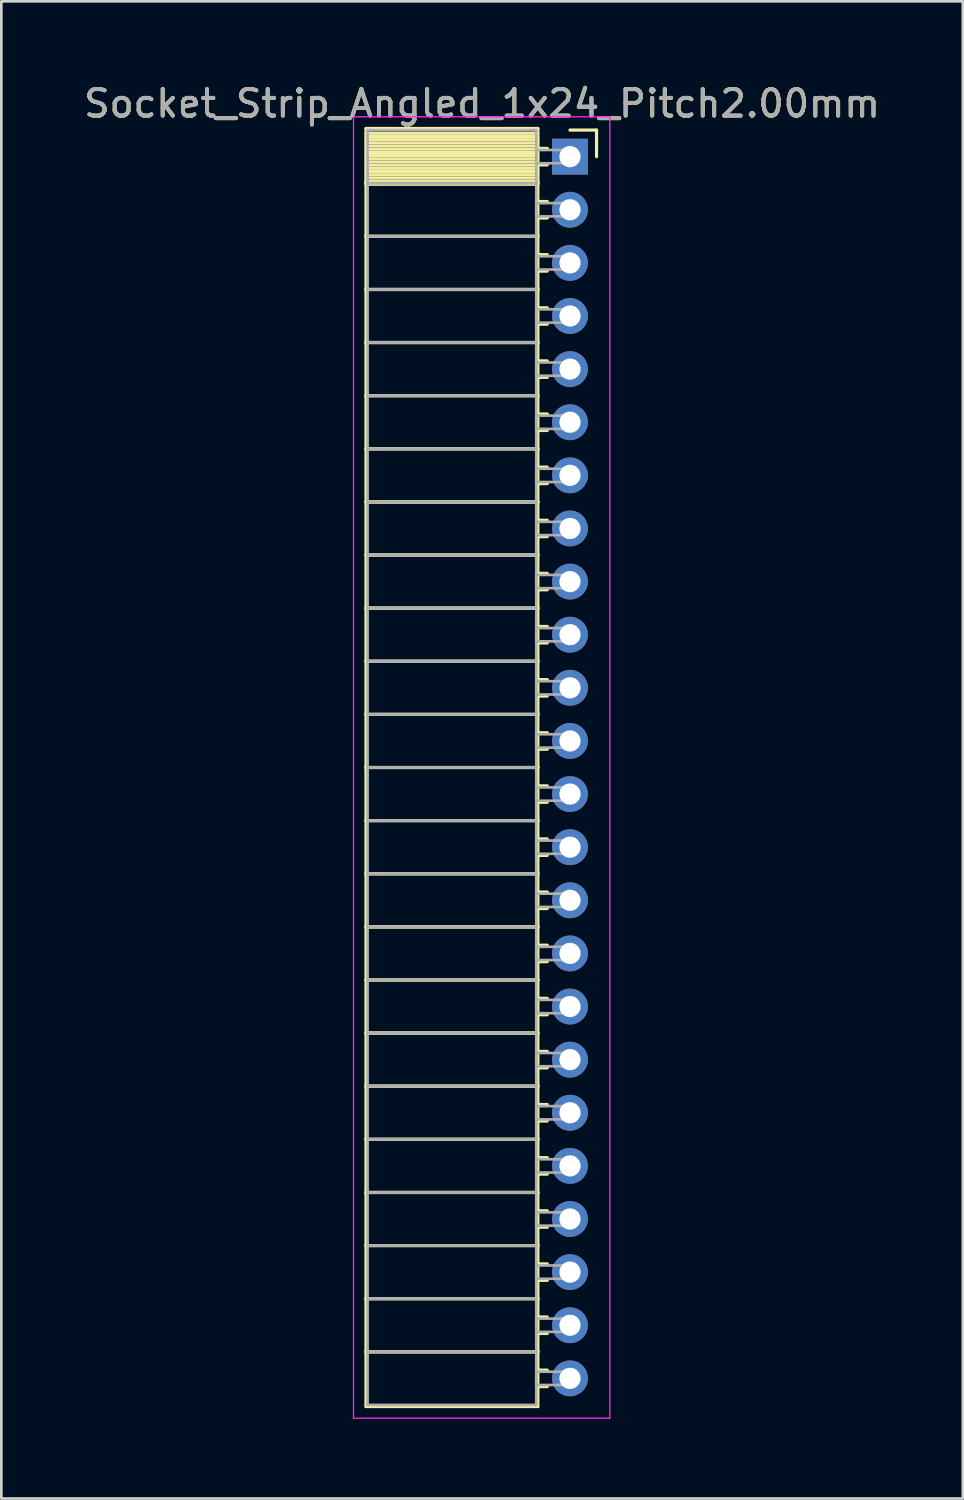
<source format=kicad_pcb>
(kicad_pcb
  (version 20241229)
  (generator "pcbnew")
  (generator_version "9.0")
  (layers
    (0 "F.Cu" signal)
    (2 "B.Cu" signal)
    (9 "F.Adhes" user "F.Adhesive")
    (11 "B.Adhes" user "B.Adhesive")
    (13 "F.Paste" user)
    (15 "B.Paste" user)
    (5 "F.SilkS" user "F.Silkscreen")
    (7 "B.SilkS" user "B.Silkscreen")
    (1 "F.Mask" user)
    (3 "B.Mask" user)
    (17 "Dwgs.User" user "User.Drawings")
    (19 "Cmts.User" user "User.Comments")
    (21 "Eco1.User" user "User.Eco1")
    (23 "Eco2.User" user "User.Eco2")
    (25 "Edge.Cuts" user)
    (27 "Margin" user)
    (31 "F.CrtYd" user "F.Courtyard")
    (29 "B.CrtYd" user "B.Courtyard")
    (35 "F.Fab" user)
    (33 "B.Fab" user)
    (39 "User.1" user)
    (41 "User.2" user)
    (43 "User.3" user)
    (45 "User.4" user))
  (footprint "Socket_Strip_Angled_1x24_Pitch2.00mm"
    (layer "F.Cu")
    (at 18.411 2.848)
    (property "Reference" "Socket_Strip_Angled_1x24_Pitch2.00mm" (at -3.31 -2 0) (layer "F.SilkS") (effects (font (size 1 1) (thickness 0.15))))
    (attr through_hole)
    (fp_line (start -7.68 -1.06) (end -1.21 -1.06) (stroke (width 0.12) (type solid)) (layer "F.SilkS"))
    (fp_line (start -7.68 1) (end -7.68 -1.06) (stroke (width 0.12) (type solid)) (layer "F.SilkS"))
    (fp_line (start -7.68 1) (end -1.21 1) (stroke (width 0.12) (type solid)) (layer "F.SilkS"))
    (fp_line (start -7.68 3) (end -7.68 1) (stroke (width 0.12) (type solid)) (layer "F.SilkS"))
    (fp_line (start -7.68 3) (end -1.21 3) (stroke (width 0.12) (type solid)) (layer "F.SilkS"))
    (fp_line (start -7.68 5) (end -7.68 3) (stroke (width 0.12) (type solid)) (layer "F.SilkS"))
    (fp_line (start -7.68 5) (end -1.21 5) (stroke (width 0.12) (type solid)) (layer "F.SilkS"))
    (fp_line (start -7.68 7) (end -7.68 5) (stroke (width 0.12) (type solid)) (layer "F.SilkS"))
    (fp_line (start -7.68 7) (end -1.21 7) (stroke (width 0.12) (type solid)) (layer "F.SilkS"))
    (fp_line (start -7.68 9) (end -7.68 7) (stroke (width 0.12) (type solid)) (layer "F.SilkS"))
    (fp_line (start -7.68 9) (end -1.21 9) (stroke (width 0.12) (type solid)) (layer "F.SilkS"))
    (fp_line (start -7.68 11) (end -7.68 9) (stroke (width 0.12) (type solid)) (layer "F.SilkS"))
    (fp_line (start -7.68 11) (end -1.21 11) (stroke (width 0.12) (type solid)) (layer "F.SilkS"))
    (fp_line (start -7.68 13) (end -7.68 11) (stroke (width 0.12) (type solid)) (layer "F.SilkS"))
    (fp_line (start -7.68 13) (end -1.21 13) (stroke (width 0.12) (type solid)) (layer "F.SilkS"))
    (fp_line (start -7.68 15) (end -7.68 13) (stroke (width 0.12) (type solid)) (layer "F.SilkS"))
    (fp_line (start -7.68 15) (end -1.21 15) (stroke (width 0.12) (type solid)) (layer "F.SilkS"))
    (fp_line (start -7.68 17) (end -7.68 15) (stroke (width 0.12) (type solid)) (layer "F.SilkS"))
    (fp_line (start -7.68 17) (end -1.21 17) (stroke (width 0.12) (type solid)) (layer "F.SilkS"))
    (fp_line (start -7.68 19) (end -7.68 17) (stroke (width 0.12) (type solid)) (layer "F.SilkS"))
    (fp_line (start -7.68 19) (end -1.21 19) (stroke (width 0.12) (type solid)) (layer "F.SilkS"))
    (fp_line (start -7.68 21) (end -7.68 19) (stroke (width 0.12) (type solid)) (layer "F.SilkS"))
    (fp_line (start -7.68 21) (end -1.21 21) (stroke (width 0.12) (type solid)) (layer "F.SilkS"))
    (fp_line (start -7.68 23) (end -7.68 21) (stroke (width 0.12) (type solid)) (layer "F.SilkS"))
    (fp_line (start -7.68 23) (end -1.21 23) (stroke (width 0.12) (type solid)) (layer "F.SilkS"))
    (fp_line (start -7.68 25) (end -7.68 23) (stroke (width 0.12) (type solid)) (layer "F.SilkS"))
    (fp_line (start -7.68 25) (end -1.21 25) (stroke (width 0.12) (type solid)) (layer "F.SilkS"))
    (fp_line (start -7.68 27) (end -7.68 25) (stroke (width 0.12) (type solid)) (layer "F.SilkS"))
    (fp_line (start -7.68 27) (end -1.21 27) (stroke (width 0.12) (type solid)) (layer "F.SilkS"))
    (fp_line (start -7.68 29) (end -7.68 27) (stroke (width 0.12) (type solid)) (layer "F.SilkS"))
    (fp_line (start -7.68 29) (end -1.21 29) (stroke (width 0.12) (type solid)) (layer "F.SilkS"))
    (fp_line (start -7.68 31) (end -7.68 29) (stroke (width 0.12) (type solid)) (layer "F.SilkS"))
    (fp_line (start -7.68 31) (end -1.21 31) (stroke (width 0.12) (type solid)) (layer "F.SilkS"))
    (fp_line (start -7.68 33) (end -7.68 31) (stroke (width 0.12) (type solid)) (layer "F.SilkS"))
    (fp_line (start -7.68 33) (end -1.21 33) (stroke (width 0.12) (type solid)) (layer "F.SilkS"))
    (fp_line (start -7.68 35) (end -7.68 33) (stroke (width 0.12) (type solid)) (layer "F.SilkS"))
    (fp_line (start -7.68 35) (end -1.21 35) (stroke (width 0.12) (type solid)) (layer "F.SilkS"))
    (fp_line (start -7.68 37) (end -7.68 35) (stroke (width 0.12) (type solid)) (layer "F.SilkS"))
    (fp_line (start -7.68 37) (end -1.21 37) (stroke (width 0.12) (type solid)) (layer "F.SilkS"))
    (fp_line (start -7.68 39) (end -7.68 37) (stroke (width 0.12) (type solid)) (layer "F.SilkS"))
    (fp_line (start -7.68 39) (end -1.21 39) (stroke (width 0.12) (type solid)) (layer "F.SilkS"))
    (fp_line (start -7.68 41) (end -7.68 39) (stroke (width 0.12) (type solid)) (layer "F.SilkS"))
    (fp_line (start -7.68 41) (end -1.21 41) (stroke (width 0.12) (type solid)) (layer "F.SilkS"))
    (fp_line (start -7.68 43) (end -7.68 41) (stroke (width 0.12) (type solid)) (layer "F.SilkS"))
    (fp_line (start -7.68 43) (end -1.21 43) (stroke (width 0.12) (type solid)) (layer "F.SilkS"))
    (fp_line (start -7.68 45) (end -7.68 43) (stroke (width 0.12) (type solid)) (layer "F.SilkS"))
    (fp_line (start -7.68 45) (end -1.21 45) (stroke (width 0.12) (type solid)) (layer "F.SilkS"))
    (fp_line (start -7.68 47.06) (end -7.68 45) (stroke (width 0.12) (type solid)) (layer "F.SilkS"))
    (fp_line (start -1.21 -1.06) (end -1.21 1) (stroke (width 0.12) (type solid)) (layer "F.SilkS"))
    (fp_line (start -1.21 -0.88) (end -7.68 -0.88) (stroke (width 0.12) (type solid)) (layer "F.SilkS"))
    (fp_line (start -1.21 -0.76) (end -7.68 -0.76) (stroke (width 0.12) (type solid)) (layer "F.SilkS"))
    (fp_line (start -1.21 -0.64) (end -7.68 -0.64) (stroke (width 0.12) (type solid)) (layer "F.SilkS"))
    (fp_line (start -1.21 -0.52) (end -7.68 -0.52) (stroke (width 0.12) (type solid)) (layer "F.SilkS"))
    (fp_line (start -1.21 -0.4) (end -7.68 -0.4) (stroke (width 0.12) (type solid)) (layer "F.SilkS"))
    (fp_line (start -1.21 -0.28) (end -7.68 -0.28) (stroke (width 0.12) (type solid)) (layer "F.SilkS"))
    (fp_line (start -1.21 -0.16) (end -7.68 -0.16) (stroke (width 0.12) (type solid)) (layer "F.SilkS"))
    (fp_line (start -1.21 -0.04) (end -7.68 -0.04) (stroke (width 0.12) (type solid)) (layer "F.SilkS"))
    (fp_line (start -1.21 0.08) (end -7.68 0.08) (stroke (width 0.12) (type solid)) (layer "F.SilkS"))
    (fp_line (start -1.21 0.2) (end -7.68 0.2) (stroke (width 0.12) (type solid)) (layer "F.SilkS"))
    (fp_line (start -1.21 0.32) (end -7.68 0.32) (stroke (width 0.12) (type solid)) (layer "F.SilkS"))
    (fp_line (start -1.21 0.44) (end -7.68 0.44) (stroke (width 0.12) (type solid)) (layer "F.SilkS"))
    (fp_line (start -1.21 0.56) (end -7.68 0.56) (stroke (width 0.12) (type solid)) (layer "F.SilkS"))
    (fp_line (start -1.21 0.68) (end -7.68 0.68) (stroke (width 0.12) (type solid)) (layer "F.SilkS"))
    (fp_line (start -1.21 0.8) (end -7.68 0.8) (stroke (width 0.12) (type solid)) (layer "F.SilkS"))
    (fp_line (start -1.21 0.92) (end -7.68 0.92) (stroke (width 0.12) (type solid)) (layer "F.SilkS"))
    (fp_line (start -1.21 1) (end -7.68 1) (stroke (width 0.12) (type solid)) (layer "F.SilkS"))
    (fp_line (start -1.21 1) (end -1.21 3) (stroke (width 0.12) (type solid)) (layer "F.SilkS"))
    (fp_line (start -1.21 1.04) (end -7.68 1.04) (stroke (width 0.12) (type solid)) (layer "F.SilkS"))
    (fp_line (start -1.21 3) (end -7.68 3) (stroke (width 0.12) (type solid)) (layer "F.SilkS"))
    (fp_line (start -1.21 3) (end -1.21 5) (stroke (width 0.12) (type solid)) (layer "F.SilkS"))
    (fp_line (start -1.21 5) (end -7.68 5) (stroke (width 0.12) (type solid)) (layer "F.SilkS"))
    (fp_line (start -1.21 5) (end -1.21 7) (stroke (width 0.12) (type solid)) (layer "F.SilkS"))
    (fp_line (start -1.21 7) (end -7.68 7) (stroke (width 0.12) (type solid)) (layer "F.SilkS"))
    (fp_line (start -1.21 7) (end -1.21 9) (stroke (width 0.12) (type solid)) (layer "F.SilkS"))
    (fp_line (start -1.21 9) (end -7.68 9) (stroke (width 0.12) (type solid)) (layer "F.SilkS"))
    (fp_line (start -1.21 9) (end -1.21 11) (stroke (width 0.12) (type solid)) (layer "F.SilkS"))
    (fp_line (start -1.21 11) (end -7.68 11) (stroke (width 0.12) (type solid)) (layer "F.SilkS"))
    (fp_line (start -1.21 11) (end -1.21 13) (stroke (width 0.12) (type solid)) (layer "F.SilkS"))
    (fp_line (start -1.21 13) (end -7.68 13) (stroke (width 0.12) (type solid)) (layer "F.SilkS"))
    (fp_line (start -1.21 13) (end -1.21 15) (stroke (width 0.12) (type solid)) (layer "F.SilkS"))
    (fp_line (start -1.21 15) (end -7.68 15) (stroke (width 0.12) (type solid)) (layer "F.SilkS"))
    (fp_line (start -1.21 15) (end -1.21 17) (stroke (width 0.12) (type solid)) (layer "F.SilkS"))
    (fp_line (start -1.21 17) (end -7.68 17) (stroke (width 0.12) (type solid)) (layer "F.SilkS"))
    (fp_line (start -1.21 17) (end -1.21 19) (stroke (width 0.12) (type solid)) (layer "F.SilkS"))
    (fp_line (start -1.21 19) (end -7.68 19) (stroke (width 0.12) (type solid)) (layer "F.SilkS"))
    (fp_line (start -1.21 19) (end -1.21 21) (stroke (width 0.12) (type solid)) (layer "F.SilkS"))
    (fp_line (start -1.21 21) (end -7.68 21) (stroke (width 0.12) (type solid)) (layer "F.SilkS"))
    (fp_line (start -1.21 21) (end -1.21 23) (stroke (width 0.12) (type solid)) (layer "F.SilkS"))
    (fp_line (start -1.21 23) (end -7.68 23) (stroke (width 0.12) (type solid)) (layer "F.SilkS"))
    (fp_line (start -1.21 23) (end -1.21 25) (stroke (width 0.12) (type solid)) (layer "F.SilkS"))
    (fp_line (start -1.21 25) (end -7.68 25) (stroke (width 0.12) (type solid)) (layer "F.SilkS"))
    (fp_line (start -1.21 25) (end -1.21 27) (stroke (width 0.12) (type solid)) (layer "F.SilkS"))
    (fp_line (start -1.21 27) (end -7.68 27) (stroke (width 0.12) (type solid)) (layer "F.SilkS"))
    (fp_line (start -1.21 27) (end -1.21 29) (stroke (width 0.12) (type solid)) (layer "F.SilkS"))
    (fp_line (start -1.21 29) (end -7.68 29) (stroke (width 0.12) (type solid)) (layer "F.SilkS"))
    (fp_line (start -1.21 29) (end -1.21 31) (stroke (width 0.12) (type solid)) (layer "F.SilkS"))
    (fp_line (start -1.21 31) (end -7.68 31) (stroke (width 0.12) (type solid)) (layer "F.SilkS"))
    (fp_line (start -1.21 31) (end -1.21 33) (stroke (width 0.12) (type solid)) (layer "F.SilkS"))
    (fp_line (start -1.21 33) (end -7.68 33) (stroke (width 0.12) (type solid)) (layer "F.SilkS"))
    (fp_line (start -1.21 33) (end -1.21 35) (stroke (width 0.12) (type solid)) (layer "F.SilkS"))
    (fp_line (start -1.21 35) (end -7.68 35) (stroke (width 0.12) (type solid)) (layer "F.SilkS"))
    (fp_line (start -1.21 35) (end -1.21 37) (stroke (width 0.12) (type solid)) (layer "F.SilkS"))
    (fp_line (start -1.21 37) (end -7.68 37) (stroke (width 0.12) (type solid)) (layer "F.SilkS"))
    (fp_line (start -1.21 37) (end -1.21 39) (stroke (width 0.12) (type solid)) (layer "F.SilkS"))
    (fp_line (start -1.21 39) (end -7.68 39) (stroke (width 0.12) (type solid)) (layer "F.SilkS"))
    (fp_line (start -1.21 39) (end -1.21 41) (stroke (width 0.12) (type solid)) (layer "F.SilkS"))
    (fp_line (start -1.21 41) (end -7.68 41) (stroke (width 0.12) (type solid)) (layer "F.SilkS"))
    (fp_line (start -1.21 41) (end -1.21 43) (stroke (width 0.12) (type solid)) (layer "F.SilkS"))
    (fp_line (start -1.21 43) (end -7.68 43) (stroke (width 0.12) (type solid)) (layer "F.SilkS"))
    (fp_line (start -1.21 43) (end -1.21 45) (stroke (width 0.12) (type solid)) (layer "F.SilkS"))
    (fp_line (start -1.21 45) (end -7.68 45) (stroke (width 0.12) (type solid)) (layer "F.SilkS"))
    (fp_line (start -1.21 45) (end -1.21 47.06) (stroke (width 0.12) (type solid)) (layer "F.SilkS"))
    (fp_line (start -1.21 47.06) (end -7.68 47.06) (stroke (width 0.12) (type solid)) (layer "F.SilkS"))
    (fp_line (start -0.855 -0.31) (end -1.21 -0.31) (stroke (width 0.12) (type solid)) (layer "F.SilkS"))
    (fp_line (start -0.855 0.31) (end -1.21 0.31) (stroke (width 0.12) (type solid)) (layer "F.SilkS"))
    (fp_line (start -0.855 1.69) (end -1.21 1.69) (stroke (width 0.12) (type solid)) (layer "F.SilkS"))
    (fp_line (start -0.855 2.31) (end -1.21 2.31) (stroke (width 0.12) (type solid)) (layer "F.SilkS"))
    (fp_line (start -0.855 3.69) (end -1.21 3.69) (stroke (width 0.12) (type solid)) (layer "F.SilkS"))
    (fp_line (start -0.855 4.31) (end -1.21 4.31) (stroke (width 0.12) (type solid)) (layer "F.SilkS"))
    (fp_line (start -0.855 5.69) (end -1.21 5.69) (stroke (width 0.12) (type solid)) (layer "F.SilkS"))
    (fp_line (start -0.855 6.31) (end -1.21 6.31) (stroke (width 0.12) (type solid)) (layer "F.SilkS"))
    (fp_line (start -0.855 7.69) (end -1.21 7.69) (stroke (width 0.12) (type solid)) (layer "F.SilkS"))
    (fp_line (start -0.855 8.31) (end -1.21 8.31) (stroke (width 0.12) (type solid)) (layer "F.SilkS"))
    (fp_line (start -0.855 9.69) (end -1.21 9.69) (stroke (width 0.12) (type solid)) (layer "F.SilkS"))
    (fp_line (start -0.855 10.31) (end -1.21 10.31) (stroke (width 0.12) (type solid)) (layer "F.SilkS"))
    (fp_line (start -0.855 11.69) (end -1.21 11.69) (stroke (width 0.12) (type solid)) (layer "F.SilkS"))
    (fp_line (start -0.855 12.31) (end -1.21 12.31) (stroke (width 0.12) (type solid)) (layer "F.SilkS"))
    (fp_line (start -0.855 13.69) (end -1.21 13.69) (stroke (width 0.12) (type solid)) (layer "F.SilkS"))
    (fp_line (start -0.855 14.31) (end -1.21 14.31) (stroke (width 0.12) (type solid)) (layer "F.SilkS"))
    (fp_line (start -0.855 15.69) (end -1.21 15.69) (stroke (width 0.12) (type solid)) (layer "F.SilkS"))
    (fp_line (start -0.855 16.31) (end -1.21 16.31) (stroke (width 0.12) (type solid)) (layer "F.SilkS"))
    (fp_line (start -0.855 17.69) (end -1.21 17.69) (stroke (width 0.12) (type solid)) (layer "F.SilkS"))
    (fp_line (start -0.855 18.31) (end -1.21 18.31) (stroke (width 0.12) (type solid)) (layer "F.SilkS"))
    (fp_line (start -0.855 19.69) (end -1.21 19.69) (stroke (width 0.12) (type solid)) (layer "F.SilkS"))
    (fp_line (start -0.855 20.31) (end -1.21 20.31) (stroke (width 0.12) (type solid)) (layer "F.SilkS"))
    (fp_line (start -0.855 21.69) (end -1.21 21.69) (stroke (width 0.12) (type solid)) (layer "F.SilkS"))
    (fp_line (start -0.855 22.31) (end -1.21 22.31) (stroke (width 0.12) (type solid)) (layer "F.SilkS"))
    (fp_line (start -0.855 23.69) (end -1.21 23.69) (stroke (width 0.12) (type solid)) (layer "F.SilkS"))
    (fp_line (start -0.855 24.31) (end -1.21 24.31) (stroke (width 0.12) (type solid)) (layer "F.SilkS"))
    (fp_line (start -0.855 25.69) (end -1.21 25.69) (stroke (width 0.12) (type solid)) (layer "F.SilkS"))
    (fp_line (start -0.855 26.31) (end -1.21 26.31) (stroke (width 0.12) (type solid)) (layer "F.SilkS"))
    (fp_line (start -0.855 27.69) (end -1.21 27.69) (stroke (width 0.12) (type solid)) (layer "F.SilkS"))
    (fp_line (start -0.855 28.31) (end -1.21 28.31) (stroke (width 0.12) (type solid)) (layer "F.SilkS"))
    (fp_line (start -0.855 29.69) (end -1.21 29.69) (stroke (width 0.12) (type solid)) (layer "F.SilkS"))
    (fp_line (start -0.855 30.31) (end -1.21 30.31) (stroke (width 0.12) (type solid)) (layer "F.SilkS"))
    (fp_line (start -0.855 31.69) (end -1.21 31.69) (stroke (width 0.12) (type solid)) (layer "F.SilkS"))
    (fp_line (start -0.855 32.31) (end -1.21 32.31) (stroke (width 0.12) (type solid)) (layer "F.SilkS"))
    (fp_line (start -0.855 33.69) (end -1.21 33.69) (stroke (width 0.12) (type solid)) (layer "F.SilkS"))
    (fp_line (start -0.855 34.31) (end -1.21 34.31) (stroke (width 0.12) (type solid)) (layer "F.SilkS"))
    (fp_line (start -0.855 35.69) (end -1.21 35.69) (stroke (width 0.12) (type solid)) (layer "F.SilkS"))
    (fp_line (start -0.855 36.31) (end -1.21 36.31) (stroke (width 0.12) (type solid)) (layer "F.SilkS"))
    (fp_line (start -0.855 37.69) (end -1.21 37.69) (stroke (width 0.12) (type solid)) (layer "F.SilkS"))
    (fp_line (start -0.855 38.31) (end -1.21 38.31) (stroke (width 0.12) (type solid)) (layer "F.SilkS"))
    (fp_line (start -0.855 39.69) (end -1.21 39.69) (stroke (width 0.12) (type solid)) (layer "F.SilkS"))
    (fp_line (start -0.855 40.31) (end -1.21 40.31) (stroke (width 0.12) (type solid)) (layer "F.SilkS"))
    (fp_line (start -0.855 41.69) (end -1.21 41.69) (stroke (width 0.12) (type solid)) (layer "F.SilkS"))
    (fp_line (start -0.855 42.31) (end -1.21 42.31) (stroke (width 0.12) (type solid)) (layer "F.SilkS"))
    (fp_line (start -0.855 43.69) (end -1.21 43.69) (stroke (width 0.12) (type solid)) (layer "F.SilkS"))
    (fp_line (start -0.855 44.31) (end -1.21 44.31) (stroke (width 0.12) (type solid)) (layer "F.SilkS"))
    (fp_line (start -0.855 45.69) (end -1.21 45.69) (stroke (width 0.12) (type solid)) (layer "F.SilkS"))
    (fp_line (start -0.855 46.31) (end -1.21 46.31) (stroke (width 0.12) (type solid)) (layer "F.SilkS"))
    (fp_line (start 0 -1) (end 1 -1) (stroke (width 0.12) (type solid)) (layer "F.SilkS"))
    (fp_line (start 1 -1) (end 1 0) (stroke (width 0.12) (type solid)) (layer "F.SilkS"))
    (fp_line (start -8.15 -1.5) (end 1.5 -1.5) (stroke (width 0.05) (type solid)) (layer "F.CrtYd"))
    (fp_line (start -8.15 47.5) (end -8.15 -1.5) (stroke (width 0.05) (type solid)) (layer "F.CrtYd"))
    (fp_line (start 1.5 -1.5) (end 1.5 47.5) (stroke (width 0.05) (type solid)) (layer "F.CrtYd"))
    (fp_line (start 1.5 47.5) (end -8.15 47.5) (stroke (width 0.05) (type solid)) (layer "F.CrtYd"))
    (fp_line (start -7.62 -1) (end -1.27 -1) (stroke (width 0.1) (type solid)) (layer "F.Fab"))
    (fp_line (start -7.62 1) (end -7.62 -1) (stroke (width 0.1) (type solid)) (layer "F.Fab"))
    (fp_line (start -7.62 1) (end -1.27 1) (stroke (width 0.1) (type solid)) (layer "F.Fab"))
    (fp_line (start -7.62 3) (end -7.62 1) (stroke (width 0.1) (type solid)) (layer "F.Fab"))
    (fp_line (start -7.62 3) (end -1.27 3) (stroke (width 0.1) (type solid)) (layer "F.Fab"))
    (fp_line (start -7.62 5) (end -7.62 3) (stroke (width 0.1) (type solid)) (layer "F.Fab"))
    (fp_line (start -7.62 5) (end -1.27 5) (stroke (width 0.1) (type solid)) (layer "F.Fab"))
    (fp_line (start -7.62 7) (end -7.62 5) (stroke (width 0.1) (type solid)) (layer "F.Fab"))
    (fp_line (start -7.62 7) (end -1.27 7) (stroke (width 0.1) (type solid)) (layer "F.Fab"))
    (fp_line (start -7.62 9) (end -7.62 7) (stroke (width 0.1) (type solid)) (layer "F.Fab"))
    (fp_line (start -7.62 9) (end -1.27 9) (stroke (width 0.1) (type solid)) (layer "F.Fab"))
    (fp_line (start -7.62 11) (end -7.62 9) (stroke (width 0.1) (type solid)) (layer "F.Fab"))
    (fp_line (start -7.62 11) (end -1.27 11) (stroke (width 0.1) (type solid)) (layer "F.Fab"))
    (fp_line (start -7.62 13) (end -7.62 11) (stroke (width 0.1) (type solid)) (layer "F.Fab"))
    (fp_line (start -7.62 13) (end -1.27 13) (stroke (width 0.1) (type solid)) (layer "F.Fab"))
    (fp_line (start -7.62 15) (end -7.62 13) (stroke (width 0.1) (type solid)) (layer "F.Fab"))
    (fp_line (start -7.62 15) (end -1.27 15) (stroke (width 0.1) (type solid)) (layer "F.Fab"))
    (fp_line (start -7.62 17) (end -7.62 15) (stroke (width 0.1) (type solid)) (layer "F.Fab"))
    (fp_line (start -7.62 17) (end -1.27 17) (stroke (width 0.1) (type solid)) (layer "F.Fab"))
    (fp_line (start -7.62 19) (end -7.62 17) (stroke (width 0.1) (type solid)) (layer "F.Fab"))
    (fp_line (start -7.62 19) (end -1.27 19) (stroke (width 0.1) (type solid)) (layer "F.Fab"))
    (fp_line (start -7.62 21) (end -7.62 19) (stroke (width 0.1) (type solid)) (layer "F.Fab"))
    (fp_line (start -7.62 21) (end -1.27 21) (stroke (width 0.1) (type solid)) (layer "F.Fab"))
    (fp_line (start -7.62 23) (end -7.62 21) (stroke (width 0.1) (type solid)) (layer "F.Fab"))
    (fp_line (start -7.62 23) (end -1.27 23) (stroke (width 0.1) (type solid)) (layer "F.Fab"))
    (fp_line (start -7.62 25) (end -7.62 23) (stroke (width 0.1) (type solid)) (layer "F.Fab"))
    (fp_line (start -7.62 25) (end -1.27 25) (stroke (width 0.1) (type solid)) (layer "F.Fab"))
    (fp_line (start -7.62 27) (end -7.62 25) (stroke (width 0.1) (type solid)) (layer "F.Fab"))
    (fp_line (start -7.62 27) (end -1.27 27) (stroke (width 0.1) (type solid)) (layer "F.Fab"))
    (fp_line (start -7.62 29) (end -7.62 27) (stroke (width 0.1) (type solid)) (layer "F.Fab"))
    (fp_line (start -7.62 29) (end -1.27 29) (stroke (width 0.1) (type solid)) (layer "F.Fab"))
    (fp_line (start -7.62 31) (end -7.62 29) (stroke (width 0.1) (type solid)) (layer "F.Fab"))
    (fp_line (start -7.62 31) (end -1.27 31) (stroke (width 0.1) (type solid)) (layer "F.Fab"))
    (fp_line (start -7.62 33) (end -7.62 31) (stroke (width 0.1) (type solid)) (layer "F.Fab"))
    (fp_line (start -7.62 33) (end -1.27 33) (stroke (width 0.1) (type solid)) (layer "F.Fab"))
    (fp_line (start -7.62 35) (end -7.62 33) (stroke (width 0.1) (type solid)) (layer "F.Fab"))
    (fp_line (start -7.62 35) (end -1.27 35) (stroke (width 0.1) (type solid)) (layer "F.Fab"))
    (fp_line (start -7.62 37) (end -7.62 35) (stroke (width 0.1) (type solid)) (layer "F.Fab"))
    (fp_line (start -7.62 37) (end -1.27 37) (stroke (width 0.1) (type solid)) (layer "F.Fab"))
    (fp_line (start -7.62 39) (end -7.62 37) (stroke (width 0.1) (type solid)) (layer "F.Fab"))
    (fp_line (start -7.62 39) (end -1.27 39) (stroke (width 0.1) (type solid)) (layer "F.Fab"))
    (fp_line (start -7.62 41) (end -7.62 39) (stroke (width 0.1) (type solid)) (layer "F.Fab"))
    (fp_line (start -7.62 41) (end -1.27 41) (stroke (width 0.1) (type solid)) (layer "F.Fab"))
    (fp_line (start -7.62 43) (end -7.62 41) (stroke (width 0.1) (type solid)) (layer "F.Fab"))
    (fp_line (start -7.62 43) (end -1.27 43) (stroke (width 0.1) (type solid)) (layer "F.Fab"))
    (fp_line (start -7.62 45) (end -7.62 43) (stroke (width 0.1) (type solid)) (layer "F.Fab"))
    (fp_line (start -7.62 45) (end -1.27 45) (stroke (width 0.1) (type solid)) (layer "F.Fab"))
    (fp_line (start -7.62 47) (end -7.62 45) (stroke (width 0.1) (type solid)) (layer "F.Fab"))
    (fp_line (start -1.27 -1) (end -1.27 1) (stroke (width 0.1) (type solid)) (layer "F.Fab"))
    (fp_line (start -1.27 -0.25) (end 0 -0.25) (stroke (width 0.1) (type solid)) (layer "F.Fab"))
    (fp_line (start -1.27 0.25) (end -1.27 -0.25) (stroke (width 0.1) (type solid)) (layer "F.Fab"))
    (fp_line (start -1.27 1) (end -7.62 1) (stroke (width 0.1) (type solid)) (layer "F.Fab"))
    (fp_line (start -1.27 1) (end -1.27 3) (stroke (width 0.1) (type solid)) (layer "F.Fab"))
    (fp_line (start -1.27 1.75) (end 0 1.75) (stroke (width 0.1) (type solid)) (layer "F.Fab"))
    (fp_line (start -1.27 2.25) (end -1.27 1.75) (stroke (width 0.1) (type solid)) (layer "F.Fab"))
    (fp_line (start -1.27 3) (end -7.62 3) (stroke (width 0.1) (type solid)) (layer "F.Fab"))
    (fp_line (start -1.27 3) (end -1.27 5) (stroke (width 0.1) (type solid)) (layer "F.Fab"))
    (fp_line (start -1.27 3.75) (end 0 3.75) (stroke (width 0.1) (type solid)) (layer "F.Fab"))
    (fp_line (start -1.27 4.25) (end -1.27 3.75) (stroke (width 0.1) (type solid)) (layer "F.Fab"))
    (fp_line (start -1.27 5) (end -7.62 5) (stroke (width 0.1) (type solid)) (layer "F.Fab"))
    (fp_line (start -1.27 5) (end -1.27 7) (stroke (width 0.1) (type solid)) (layer "F.Fab"))
    (fp_line (start -1.27 5.75) (end 0 5.75) (stroke (width 0.1) (type solid)) (layer "F.Fab"))
    (fp_line (start -1.27 6.25) (end -1.27 5.75) (stroke (width 0.1) (type solid)) (layer "F.Fab"))
    (fp_line (start -1.27 7) (end -7.62 7) (stroke (width 0.1) (type solid)) (layer "F.Fab"))
    (fp_line (start -1.27 7) (end -1.27 9) (stroke (width 0.1) (type solid)) (layer "F.Fab"))
    (fp_line (start -1.27 7.75) (end 0 7.75) (stroke (width 0.1) (type solid)) (layer "F.Fab"))
    (fp_line (start -1.27 8.25) (end -1.27 7.75) (stroke (width 0.1) (type solid)) (layer "F.Fab"))
    (fp_line (start -1.27 9) (end -7.62 9) (stroke (width 0.1) (type solid)) (layer "F.Fab"))
    (fp_line (start -1.27 9) (end -1.27 11) (stroke (width 0.1) (type solid)) (layer "F.Fab"))
    (fp_line (start -1.27 9.75) (end 0 9.75) (stroke (width 0.1) (type solid)) (layer "F.Fab"))
    (fp_line (start -1.27 10.25) (end -1.27 9.75) (stroke (width 0.1) (type solid)) (layer "F.Fab"))
    (fp_line (start -1.27 11) (end -7.62 11) (stroke (width 0.1) (type solid)) (layer "F.Fab"))
    (fp_line (start -1.27 11) (end -1.27 13) (stroke (width 0.1) (type solid)) (layer "F.Fab"))
    (fp_line (start -1.27 11.75) (end 0 11.75) (stroke (width 0.1) (type solid)) (layer "F.Fab"))
    (fp_line (start -1.27 12.25) (end -1.27 11.75) (stroke (width 0.1) (type solid)) (layer "F.Fab"))
    (fp_line (start -1.27 13) (end -7.62 13) (stroke (width 0.1) (type solid)) (layer "F.Fab"))
    (fp_line (start -1.27 13) (end -1.27 15) (stroke (width 0.1) (type solid)) (layer "F.Fab"))
    (fp_line (start -1.27 13.75) (end 0 13.75) (stroke (width 0.1) (type solid)) (layer "F.Fab"))
    (fp_line (start -1.27 14.25) (end -1.27 13.75) (stroke (width 0.1) (type solid)) (layer "F.Fab"))
    (fp_line (start -1.27 15) (end -7.62 15) (stroke (width 0.1) (type solid)) (layer "F.Fab"))
    (fp_line (start -1.27 15) (end -1.27 17) (stroke (width 0.1) (type solid)) (layer "F.Fab"))
    (fp_line (start -1.27 15.75) (end 0 15.75) (stroke (width 0.1) (type solid)) (layer "F.Fab"))
    (fp_line (start -1.27 16.25) (end -1.27 15.75) (stroke (width 0.1) (type solid)) (layer "F.Fab"))
    (fp_line (start -1.27 17) (end -7.62 17) (stroke (width 0.1) (type solid)) (layer "F.Fab"))
    (fp_line (start -1.27 17) (end -1.27 19) (stroke (width 0.1) (type solid)) (layer "F.Fab"))
    (fp_line (start -1.27 17.75) (end 0 17.75) (stroke (width 0.1) (type solid)) (layer "F.Fab"))
    (fp_line (start -1.27 18.25) (end -1.27 17.75) (stroke (width 0.1) (type solid)) (layer "F.Fab"))
    (fp_line (start -1.27 19) (end -7.62 19) (stroke (width 0.1) (type solid)) (layer "F.Fab"))
    (fp_line (start -1.27 19) (end -1.27 21) (stroke (width 0.1) (type solid)) (layer "F.Fab"))
    (fp_line (start -1.27 19.75) (end 0 19.75) (stroke (width 0.1) (type solid)) (layer "F.Fab"))
    (fp_line (start -1.27 20.25) (end -1.27 19.75) (stroke (width 0.1) (type solid)) (layer "F.Fab"))
    (fp_line (start -1.27 21) (end -7.62 21) (stroke (width 0.1) (type solid)) (layer "F.Fab"))
    (fp_line (start -1.27 21) (end -1.27 23) (stroke (width 0.1) (type solid)) (layer "F.Fab"))
    (fp_line (start -1.27 21.75) (end 0 21.75) (stroke (width 0.1) (type solid)) (layer "F.Fab"))
    (fp_line (start -1.27 22.25) (end -1.27 21.75) (stroke (width 0.1) (type solid)) (layer "F.Fab"))
    (fp_line (start -1.27 23) (end -7.62 23) (stroke (width 0.1) (type solid)) (layer "F.Fab"))
    (fp_line (start -1.27 23) (end -1.27 25) (stroke (width 0.1) (type solid)) (layer "F.Fab"))
    (fp_line (start -1.27 23.75) (end 0 23.75) (stroke (width 0.1) (type solid)) (layer "F.Fab"))
    (fp_line (start -1.27 24.25) (end -1.27 23.75) (stroke (width 0.1) (type solid)) (layer "F.Fab"))
    (fp_line (start -1.27 25) (end -7.62 25) (stroke (width 0.1) (type solid)) (layer "F.Fab"))
    (fp_line (start -1.27 25) (end -1.27 27) (stroke (width 0.1) (type solid)) (layer "F.Fab"))
    (fp_line (start -1.27 25.75) (end 0 25.75) (stroke (width 0.1) (type solid)) (layer "F.Fab"))
    (fp_line (start -1.27 26.25) (end -1.27 25.75) (stroke (width 0.1) (type solid)) (layer "F.Fab"))
    (fp_line (start -1.27 27) (end -7.62 27) (stroke (width 0.1) (type solid)) (layer "F.Fab"))
    (fp_line (start -1.27 27) (end -1.27 29) (stroke (width 0.1) (type solid)) (layer "F.Fab"))
    (fp_line (start -1.27 27.75) (end 0 27.75) (stroke (width 0.1) (type solid)) (layer "F.Fab"))
    (fp_line (start -1.27 28.25) (end -1.27 27.75) (stroke (width 0.1) (type solid)) (layer "F.Fab"))
    (fp_line (start -1.27 29) (end -7.62 29) (stroke (width 0.1) (type solid)) (layer "F.Fab"))
    (fp_line (start -1.27 29) (end -1.27 31) (stroke (width 0.1) (type solid)) (layer "F.Fab"))
    (fp_line (start -1.27 29.75) (end 0 29.75) (stroke (width 0.1) (type solid)) (layer "F.Fab"))
    (fp_line (start -1.27 30.25) (end -1.27 29.75) (stroke (width 0.1) (type solid)) (layer "F.Fab"))
    (fp_line (start -1.27 31) (end -7.62 31) (stroke (width 0.1) (type solid)) (layer "F.Fab"))
    (fp_line (start -1.27 31) (end -1.27 33) (stroke (width 0.1) (type solid)) (layer "F.Fab"))
    (fp_line (start -1.27 31.75) (end 0 31.75) (stroke (width 0.1) (type solid)) (layer "F.Fab"))
    (fp_line (start -1.27 32.25) (end -1.27 31.75) (stroke (width 0.1) (type solid)) (layer "F.Fab"))
    (fp_line (start -1.27 33) (end -7.62 33) (stroke (width 0.1) (type solid)) (layer "F.Fab"))
    (fp_line (start -1.27 33) (end -1.27 35) (stroke (width 0.1) (type solid)) (layer "F.Fab"))
    (fp_line (start -1.27 33.75) (end 0 33.75) (stroke (width 0.1) (type solid)) (layer "F.Fab"))
    (fp_line (start -1.27 34.25) (end -1.27 33.75) (stroke (width 0.1) (type solid)) (layer "F.Fab"))
    (fp_line (start -1.27 35) (end -7.62 35) (stroke (width 0.1) (type solid)) (layer "F.Fab"))
    (fp_line (start -1.27 35) (end -1.27 37) (stroke (width 0.1) (type solid)) (layer "F.Fab"))
    (fp_line (start -1.27 35.75) (end 0 35.75) (stroke (width 0.1) (type solid)) (layer "F.Fab"))
    (fp_line (start -1.27 36.25) (end -1.27 35.75) (stroke (width 0.1) (type solid)) (layer "F.Fab"))
    (fp_line (start -1.27 37) (end -7.62 37) (stroke (width 0.1) (type solid)) (layer "F.Fab"))
    (fp_line (start -1.27 37) (end -1.27 39) (stroke (width 0.1) (type solid)) (layer "F.Fab"))
    (fp_line (start -1.27 37.75) (end 0 37.75) (stroke (width 0.1) (type solid)) (layer "F.Fab"))
    (fp_line (start -1.27 38.25) (end -1.27 37.75) (stroke (width 0.1) (type solid)) (layer "F.Fab"))
    (fp_line (start -1.27 39) (end -7.62 39) (stroke (width 0.1) (type solid)) (layer "F.Fab"))
    (fp_line (start -1.27 39) (end -1.27 41) (stroke (width 0.1) (type solid)) (layer "F.Fab"))
    (fp_line (start -1.27 39.75) (end 0 39.75) (stroke (width 0.1) (type solid)) (layer "F.Fab"))
    (fp_line (start -1.27 40.25) (end -1.27 39.75) (stroke (width 0.1) (type solid)) (layer "F.Fab"))
    (fp_line (start -1.27 41) (end -7.62 41) (stroke (width 0.1) (type solid)) (layer "F.Fab"))
    (fp_line (start -1.27 41) (end -1.27 43) (stroke (width 0.1) (type solid)) (layer "F.Fab"))
    (fp_line (start -1.27 41.75) (end 0 41.75) (stroke (width 0.1) (type solid)) (layer "F.Fab"))
    (fp_line (start -1.27 42.25) (end -1.27 41.75) (stroke (width 0.1) (type solid)) (layer "F.Fab"))
    (fp_line (start -1.27 43) (end -7.62 43) (stroke (width 0.1) (type solid)) (layer "F.Fab"))
    (fp_line (start -1.27 43) (end -1.27 45) (stroke (width 0.1) (type solid)) (layer "F.Fab"))
    (fp_line (start -1.27 43.75) (end 0 43.75) (stroke (width 0.1) (type solid)) (layer "F.Fab"))
    (fp_line (start -1.27 44.25) (end -1.27 43.75) (stroke (width 0.1) (type solid)) (layer "F.Fab"))
    (fp_line (start -1.27 45) (end -7.62 45) (stroke (width 0.1) (type solid)) (layer "F.Fab"))
    (fp_line (start -1.27 45) (end -1.27 47) (stroke (width 0.1) (type solid)) (layer "F.Fab"))
    (fp_line (start -1.27 45.75) (end 0 45.75) (stroke (width 0.1) (type solid)) (layer "F.Fab"))
    (fp_line (start -1.27 46.25) (end -1.27 45.75) (stroke (width 0.1) (type solid)) (layer "F.Fab"))
    (fp_line (start -1.27 47) (end -7.62 47) (stroke (width 0.1) (type solid)) (layer "F.Fab"))
    (fp_line (start 0 -0.25) (end 0 0.25) (stroke (width 0.1) (type solid)) (layer "F.Fab"))
    (fp_line (start 0 0.25) (end -1.27 0.25) (stroke (width 0.1) (type solid)) (layer "F.Fab"))
    (fp_line (start 0 1.75) (end 0 2.25) (stroke (width 0.1) (type solid)) (layer "F.Fab"))
    (fp_line (start 0 2.25) (end -1.27 2.25) (stroke (width 0.1) (type solid)) (layer "F.Fab"))
    (fp_line (start 0 3.75) (end 0 4.25) (stroke (width 0.1) (type solid)) (layer "F.Fab"))
    (fp_line (start 0 4.25) (end -1.27 4.25) (stroke (width 0.1) (type solid)) (layer "F.Fab"))
    (fp_line (start 0 5.75) (end 0 6.25) (stroke (width 0.1) (type solid)) (layer "F.Fab"))
    (fp_line (start 0 6.25) (end -1.27 6.25) (stroke (width 0.1) (type solid)) (layer "F.Fab"))
    (fp_line (start 0 7.75) (end 0 8.25) (stroke (width 0.1) (type solid)) (layer "F.Fab"))
    (fp_line (start 0 8.25) (end -1.27 8.25) (stroke (width 0.1) (type solid)) (layer "F.Fab"))
    (fp_line (start 0 9.75) (end 0 10.25) (stroke (width 0.1) (type solid)) (layer "F.Fab"))
    (fp_line (start 0 10.25) (end -1.27 10.25) (stroke (width 0.1) (type solid)) (layer "F.Fab"))
    (fp_line (start 0 11.75) (end 0 12.25) (stroke (width 0.1) (type solid)) (layer "F.Fab"))
    (fp_line (start 0 12.25) (end -1.27 12.25) (stroke (width 0.1) (type solid)) (layer "F.Fab"))
    (fp_line (start 0 13.75) (end 0 14.25) (stroke (width 0.1) (type solid)) (layer "F.Fab"))
    (fp_line (start 0 14.25) (end -1.27 14.25) (stroke (width 0.1) (type solid)) (layer "F.Fab"))
    (fp_line (start 0 15.75) (end 0 16.25) (stroke (width 0.1) (type solid)) (layer "F.Fab"))
    (fp_line (start 0 16.25) (end -1.27 16.25) (stroke (width 0.1) (type solid)) (layer "F.Fab"))
    (fp_line (start 0 17.75) (end 0 18.25) (stroke (width 0.1) (type solid)) (layer "F.Fab"))
    (fp_line (start 0 18.25) (end -1.27 18.25) (stroke (width 0.1) (type solid)) (layer "F.Fab"))
    (fp_line (start 0 19.75) (end 0 20.25) (stroke (width 0.1) (type solid)) (layer "F.Fab"))
    (fp_line (start 0 20.25) (end -1.27 20.25) (stroke (width 0.1) (type solid)) (layer "F.Fab"))
    (fp_line (start 0 21.75) (end 0 22.25) (stroke (width 0.1) (type solid)) (layer "F.Fab"))
    (fp_line (start 0 22.25) (end -1.27 22.25) (stroke (width 0.1) (type solid)) (layer "F.Fab"))
    (fp_line (start 0 23.75) (end 0 24.25) (stroke (width 0.1) (type solid)) (layer "F.Fab"))
    (fp_line (start 0 24.25) (end -1.27 24.25) (stroke (width 0.1) (type solid)) (layer "F.Fab"))
    (fp_line (start 0 25.75) (end 0 26.25) (stroke (width 0.1) (type solid)) (layer "F.Fab"))
    (fp_line (start 0 26.25) (end -1.27 26.25) (stroke (width 0.1) (type solid)) (layer "F.Fab"))
    (fp_line (start 0 27.75) (end 0 28.25) (stroke (width 0.1) (type solid)) (layer "F.Fab"))
    (fp_line (start 0 28.25) (end -1.27 28.25) (stroke (width 0.1) (type solid)) (layer "F.Fab"))
    (fp_line (start 0 29.75) (end 0 30.25) (stroke (width 0.1) (type solid)) (layer "F.Fab"))
    (fp_line (start 0 30.25) (end -1.27 30.25) (stroke (width 0.1) (type solid)) (layer "F.Fab"))
    (fp_line (start 0 31.75) (end 0 32.25) (stroke (width 0.1) (type solid)) (layer "F.Fab"))
    (fp_line (start 0 32.25) (end -1.27 32.25) (stroke (width 0.1) (type solid)) (layer "F.Fab"))
    (fp_line (start 0 33.75) (end 0 34.25) (stroke (width 0.1) (type solid)) (layer "F.Fab"))
    (fp_line (start 0 34.25) (end -1.27 34.25) (stroke (width 0.1) (type solid)) (layer "F.Fab"))
    (fp_line (start 0 35.75) (end 0 36.25) (stroke (width 0.1) (type solid)) (layer "F.Fab"))
    (fp_line (start 0 36.25) (end -1.27 36.25) (stroke (width 0.1) (type solid)) (layer "F.Fab"))
    (fp_line (start 0 37.75) (end 0 38.25) (stroke (width 0.1) (type solid)) (layer "F.Fab"))
    (fp_line (start 0 38.25) (end -1.27 38.25) (stroke (width 0.1) (type solid)) (layer "F.Fab"))
    (fp_line (start 0 39.75) (end 0 40.25) (stroke (width 0.1) (type solid)) (layer "F.Fab"))
    (fp_line (start 0 40.25) (end -1.27 40.25) (stroke (width 0.1) (type solid)) (layer "F.Fab"))
    (fp_line (start 0 41.75) (end 0 42.25) (stroke (width 0.1) (type solid)) (layer "F.Fab"))
    (fp_line (start 0 42.25) (end -1.27 42.25) (stroke (width 0.1) (type solid)) (layer "F.Fab"))
    (fp_line (start 0 43.75) (end 0 44.25) (stroke (width 0.1) (type solid)) (layer "F.Fab"))
    (fp_line (start 0 44.25) (end -1.27 44.25) (stroke (width 0.1) (type solid)) (layer "F.Fab"))
    (fp_line (start 0 45.75) (end 0 46.25) (stroke (width 0.1) (type solid)) (layer "F.Fab"))
    (fp_line (start 0 46.25) (end -1.27 46.25) (stroke (width 0.1) (type solid)) (layer "F.Fab"))
    (fp_text user "${REFERENCE}" (at -3.31 -2 0) (layer "F.Fab") (effects (font (size 1 1) (thickness 0.15))))
    (pad "1" thru_hole rect (at 0 0) (size 1.35 1.35) (drill 0.8) (layers "*.Cu" "*.Mask"))
    (pad "2" thru_hole oval (at 0 2) (size 1.35 1.35) (drill 0.8) (layers "*.Cu" "*.Mask"))
    (pad "3" thru_hole oval (at 0 4) (size 1.35 1.35) (drill 0.8) (layers "*.Cu" "*.Mask"))
    (pad "4" thru_hole oval (at 0 6) (size 1.35 1.35) (drill 0.8) (layers "*.Cu" "*.Mask"))
    (pad "5" thru_hole oval (at 0 8) (size 1.35 1.35) (drill 0.8) (layers "*.Cu" "*.Mask"))
    (pad "6" thru_hole oval (at 0 10) (size 1.35 1.35) (drill 0.8) (layers "*.Cu" "*.Mask"))
    (pad "7" thru_hole oval (at 0 12) (size 1.35 1.35) (drill 0.8) (layers "*.Cu" "*.Mask"))
    (pad "8" thru_hole oval (at 0 14) (size 1.35 1.35) (drill 0.8) (layers "*.Cu" "*.Mask"))
    (pad "9" thru_hole oval (at 0 16) (size 1.35 1.35) (drill 0.8) (layers "*.Cu" "*.Mask"))
    (pad "10" thru_hole oval (at 0 18) (size 1.35 1.35) (drill 0.8) (layers "*.Cu" "*.Mask"))
    (pad "11" thru_hole oval (at 0 20) (size 1.35 1.35) (drill 0.8) (layers "*.Cu" "*.Mask"))
    (pad "12" thru_hole oval (at 0 22) (size 1.35 1.35) (drill 0.8) (layers "*.Cu" "*.Mask"))
    (pad "13" thru_hole oval (at 0 24) (size 1.35 1.35) (drill 0.8) (layers "*.Cu" "*.Mask"))
    (pad "14" thru_hole oval (at 0 26) (size 1.35 1.35) (drill 0.8) (layers "*.Cu" "*.Mask"))
    (pad "15" thru_hole oval (at 0 28) (size 1.35 1.35) (drill 0.8) (layers "*.Cu" "*.Mask"))
    (pad "16" thru_hole oval (at 0 30) (size 1.35 1.35) (drill 0.8) (layers "*.Cu" "*.Mask"))
    (pad "17" thru_hole oval (at 0 32) (size 1.35 1.35) (drill 0.8) (layers "*.Cu" "*.Mask"))
    (pad "18" thru_hole oval (at 0 34) (size 1.35 1.35) (drill 0.8) (layers "*.Cu" "*.Mask"))
    (pad "19" thru_hole oval (at 0 36) (size 1.35 1.35) (drill 0.8) (layers "*.Cu" "*.Mask"))
    (pad "20" thru_hole oval (at 0 38) (size 1.35 1.35) (drill 0.8) (layers "*.Cu" "*.Mask"))
    (pad "21" thru_hole oval (at 0 40) (size 1.35 1.35) (drill 0.8) (layers "*.Cu" "*.Mask"))
    (pad "22" thru_hole oval (at 0 42) (size 1.35 1.35) (drill 0.8) (layers "*.Cu" "*.Mask"))
    (pad "23" thru_hole oval (at 0 44) (size 1.35 1.35) (drill 0.8) (layers "*.Cu" "*.Mask"))
    (pad "24" thru_hole oval (at 0 46) (size 1.35 1.35) (drill 0.8) (layers "*.Cu" "*.Mask")))
  (gr_rect
    (start -3 -3)
    (end 33.202 53.373)
    (stroke (width 0.1) (type default))
    (fill no)
    (layer "Edge.Cuts")))
</source>
